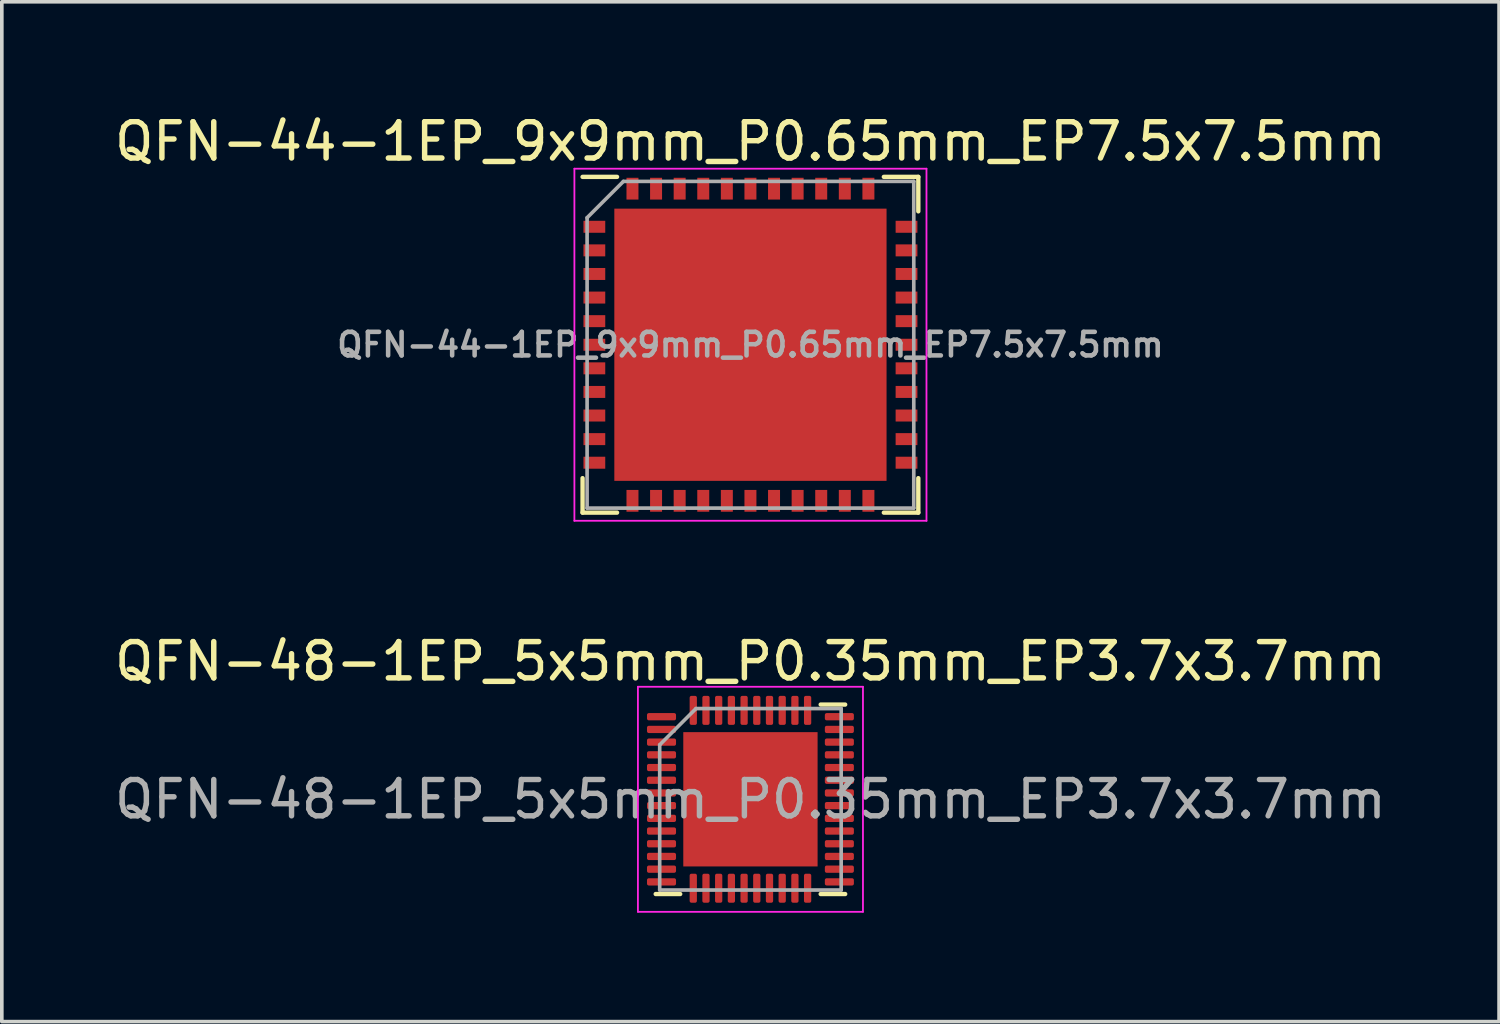
<source format=kicad_pcb>
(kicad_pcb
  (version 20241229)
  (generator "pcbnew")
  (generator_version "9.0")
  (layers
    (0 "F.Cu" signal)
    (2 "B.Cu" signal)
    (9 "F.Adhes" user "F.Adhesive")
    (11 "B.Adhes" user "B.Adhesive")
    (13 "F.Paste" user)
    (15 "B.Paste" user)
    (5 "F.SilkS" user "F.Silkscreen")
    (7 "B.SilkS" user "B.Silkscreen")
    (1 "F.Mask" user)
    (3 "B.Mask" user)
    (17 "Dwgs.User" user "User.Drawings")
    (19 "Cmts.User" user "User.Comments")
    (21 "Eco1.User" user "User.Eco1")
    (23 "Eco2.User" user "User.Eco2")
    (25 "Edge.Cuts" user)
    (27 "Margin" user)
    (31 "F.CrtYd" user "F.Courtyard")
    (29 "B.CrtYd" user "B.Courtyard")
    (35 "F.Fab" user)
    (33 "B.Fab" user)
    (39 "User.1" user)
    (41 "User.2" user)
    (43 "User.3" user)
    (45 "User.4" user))
  (footprint "QFN-44-1EP_9x9mm_P0.65mm_EP7.5x7.5mm"
    (layer "F.Cu")
    (at 17.625 6.448)
    (property "Reference" "QFN-44-1EP_9x9mm_P0.65mm_EP7.5x7.5mm" (at 0 -5.6 0) (layer "F.SilkS") (effects (font (size 1 1) (thickness 0.15))))
    (attr smd)
    (fp_line (start -4.625 -4.625) (end -3.675 -4.625) (stroke (width 0.12) (type solid)) (layer "F.SilkS"))
    (fp_line (start -4.625 4.625) (end -4.625 3.675) (stroke (width 0.12) (type solid)) (layer "F.SilkS"))
    (fp_line (start -3.675 4.625) (end -4.625 4.625) (stroke (width 0.12) (type solid)) (layer "F.SilkS"))
    (fp_line (start 3.675 -4.625) (end 4.625 -4.625) (stroke (width 0.12) (type solid)) (layer "F.SilkS"))
    (fp_line (start 3.675 4.625) (end 4.625 4.625) (stroke (width 0.12) (type solid)) (layer "F.SilkS"))
    (fp_line (start 4.625 -4.625) (end 4.625 -3.675) (stroke (width 0.12) (type solid)) (layer "F.SilkS"))
    (fp_line (start 4.625 4.625) (end 4.625 3.675) (stroke (width 0.12) (type solid)) (layer "F.SilkS"))
    (fp_line (start -4.85 -4.85) (end -4.85 4.85) (stroke (width 0.05) (type solid)) (layer "F.CrtYd"))
    (fp_line (start -4.85 4.85) (end 4.85 4.85) (stroke (width 0.05) (type solid)) (layer "F.CrtYd"))
    (fp_line (start 4.85 -4.85) (end -4.85 -4.85) (stroke (width 0.05) (type solid)) (layer "F.CrtYd"))
    (fp_line (start 4.85 4.85) (end 4.85 -4.85) (stroke (width 0.05) (type solid)) (layer "F.CrtYd"))
    (fp_line (start -4.5 -3.5) (end -3.5 -4.5) (stroke (width 0.1) (type solid)) (layer "F.Fab"))
    (fp_line (start -4.5 4.5) (end -4.5 -3.5) (stroke (width 0.1) (type solid)) (layer "F.Fab"))
    (fp_line (start -3.5 -4.5) (end 4.5 -4.5) (stroke (width 0.1) (type solid)) (layer "F.Fab"))
    (fp_line (start 4.5 -4.5) (end 4.5 4.5) (stroke (width 0.1) (type solid)) (layer "F.Fab"))
    (fp_line (start 4.5 4.5) (end -4.5 4.5) (stroke (width 0.1) (type solid)) (layer "F.Fab"))
    (fp_text user "${REFERENCE}" (at 0 0 0) (layer "F.Fab") (effects (font (size 0.65 0.65) (thickness 0.125))))
    (pad "" smd rect (at -1.875 -1.875) (size 2.65 2.65) (layers "F.Paste"))
    (pad "" smd rect (at -1.875 1.875) (size 2.65 2.65) (layers "F.Paste"))
    (pad "" smd rect (at 1.875 -1.875) (size 2.65 2.65) (layers "F.Paste"))
    (pad "" smd rect (at 1.875 1.875) (size 2.65 2.65) (layers "F.Paste"))
    (pad "1" smd rect (at -4.3 -3.25) (size 0.6 0.33) (layers "F.Cu" "F.Mask" "F.Paste"))
    (pad "2" smd rect (at -4.3 -2.6) (size 0.6 0.33) (layers "F.Cu" "F.Mask" "F.Paste"))
    (pad "3" smd rect (at -4.3 -1.95) (size 0.6 0.33) (layers "F.Cu" "F.Mask" "F.Paste"))
    (pad "4" smd rect (at -4.3 -1.3) (size 0.6 0.33) (layers "F.Cu" "F.Mask" "F.Paste"))
    (pad "5" smd rect (at -4.3 -0.65) (size 0.6 0.33) (layers "F.Cu" "F.Mask" "F.Paste"))
    (pad "6" smd rect (at -4.3 0) (size 0.6 0.33) (layers "F.Cu" "F.Mask" "F.Paste"))
    (pad "7" smd rect (at -4.3 0.65) (size 0.6 0.33) (layers "F.Cu" "F.Mask" "F.Paste"))
    (pad "8" smd rect (at -4.3 1.3) (size 0.6 0.33) (layers "F.Cu" "F.Mask" "F.Paste"))
    (pad "9" smd rect (at -4.3 1.95) (size 0.6 0.33) (layers "F.Cu" "F.Mask" "F.Paste"))
    (pad "10" smd rect (at -4.3 2.6) (size 0.6 0.33) (layers "F.Cu" "F.Mask" "F.Paste"))
    (pad "11" smd rect (at -4.3 3.25) (size 0.6 0.33) (layers "F.Cu" "F.Mask" "F.Paste"))
    (pad "12" smd rect (at -3.25 4.3 90) (size 0.6 0.33) (layers "F.Cu" "F.Mask" "F.Paste"))
    (pad "13" smd rect (at -2.6 4.3 90) (size 0.6 0.33) (layers "F.Cu" "F.Mask" "F.Paste"))
    (pad "14" smd rect (at -1.95 4.3 90) (size 0.6 0.33) (layers "F.Cu" "F.Mask" "F.Paste"))
    (pad "15" smd rect (at -1.3 4.3 90) (size 0.6 0.33) (layers "F.Cu" "F.Mask" "F.Paste"))
    (pad "16" smd rect (at -0.65 4.3 90) (size 0.6 0.33) (layers "F.Cu" "F.Mask" "F.Paste"))
    (pad "17" smd rect (at 0 4.3 90) (size 0.6 0.33) (layers "F.Cu" "F.Mask" "F.Paste"))
    (pad "18" smd rect (at 0.65 4.3 90) (size 0.6 0.33) (layers "F.Cu" "F.Mask" "F.Paste"))
    (pad "19" smd rect (at 1.3 4.3 90) (size 0.6 0.33) (layers "F.Cu" "F.Mask" "F.Paste"))
    (pad "20" smd rect (at 1.95 4.3 90) (size 0.6 0.33) (layers "F.Cu" "F.Mask" "F.Paste"))
    (pad "21" smd rect (at 2.6 4.3 90) (size 0.6 0.33) (layers "F.Cu" "F.Mask" "F.Paste"))
    (pad "22" smd rect (at 3.25 4.3 90) (size 0.6 0.33) (layers "F.Cu" "F.Mask" "F.Paste"))
    (pad "23" smd rect (at 4.3 3.25) (size 0.6 0.33) (layers "F.Cu" "F.Mask" "F.Paste"))
    (pad "24" smd rect (at 4.3 2.6) (size 0.6 0.33) (layers "F.Cu" "F.Mask" "F.Paste"))
    (pad "25" smd rect (at 4.3 1.95) (size 0.6 0.33) (layers "F.Cu" "F.Mask" "F.Paste"))
    (pad "26" smd rect (at 4.3 1.3) (size 0.6 0.33) (layers "F.Cu" "F.Mask" "F.Paste"))
    (pad "27" smd rect (at 4.3 0.65) (size 0.6 0.33) (layers "F.Cu" "F.Mask" "F.Paste"))
    (pad "28" smd rect (at 4.3 0) (size 0.6 0.33) (layers "F.Cu" "F.Mask" "F.Paste"))
    (pad "29" smd rect (at 4.3 -0.65) (size 0.6 0.33) (layers "F.Cu" "F.Mask" "F.Paste"))
    (pad "30" smd rect (at 4.3 -1.3) (size 0.6 0.33) (layers "F.Cu" "F.Mask" "F.Paste"))
    (pad "31" smd rect (at 4.3 -1.95) (size 0.6 0.33) (layers "F.Cu" "F.Mask" "F.Paste"))
    (pad "32" smd rect (at 4.3 -2.6) (size 0.6 0.33) (layers "F.Cu" "F.Mask" "F.Paste"))
    (pad "33" smd rect (at 4.3 -3.25) (size 0.6 0.33) (layers "F.Cu" "F.Mask" "F.Paste"))
    (pad "34" smd rect (at 3.25 -4.3 90) (size 0.6 0.33) (layers "F.Cu" "F.Mask" "F.Paste"))
    (pad "35" smd rect (at 2.6 -4.3 90) (size 0.6 0.33) (layers "F.Cu" "F.Mask" "F.Paste"))
    (pad "36" smd rect (at 1.95 -4.3 90) (size 0.6 0.33) (layers "F.Cu" "F.Mask" "F.Paste"))
    (pad "37" smd rect (at 1.3 -4.3 90) (size 0.6 0.33) (layers "F.Cu" "F.Mask" "F.Paste"))
    (pad "38" smd rect (at 0.65 -4.3 90) (size 0.6 0.33) (layers "F.Cu" "F.Mask" "F.Paste"))
    (pad "39" smd rect (at 0 -4.3 90) (size 0.6 0.33) (layers "F.Cu" "F.Mask" "F.Paste"))
    (pad "40" smd rect (at -0.65 -4.3 90) (size 0.6 0.33) (layers "F.Cu" "F.Mask" "F.Paste"))
    (pad "41" smd rect (at -1.3 -4.3 90) (size 0.6 0.33) (layers "F.Cu" "F.Mask" "F.Paste"))
    (pad "42" smd rect (at -1.95 -4.3 90) (size 0.6 0.33) (layers "F.Cu" "F.Mask" "F.Paste"))
    (pad "43" smd rect (at -2.6 -4.3 90) (size 0.6 0.33) (layers "F.Cu" "F.Mask" "F.Paste"))
    (pad "44" smd rect (at -3.25 -4.3 90) (size 0.6 0.33) (layers "F.Cu" "F.Mask" "F.Paste"))
    (pad "45" smd rect (at 0 0) (size 7.5 7.5) (layers "F.Cu" "F.Mask")))
  (footprint "QFN-48-1EP_5x5mm_P0.35mm_EP3.7x3.7mm"
    (layer "F.Cu")
    (at 17.625 18.971)
    (property "Reference" "QFN-48-1EP_5x5mm_P0.35mm_EP3.7x3.7mm" (at 0 -3.8 0) (layer "F.SilkS") (effects (font (size 1 1) (thickness 0.15))))
    (attr smd)
    (fp_line (start -1.935 2.61) (end -2.61 2.61) (stroke (width 0.12) (type solid)) (layer "F.SilkS"))
    (fp_line (start 1.935 -2.61) (end 2.61 -2.61) (stroke (width 0.12) (type solid)) (layer "F.SilkS"))
    (fp_line (start 1.935 2.61) (end 2.61 2.61) (stroke (width 0.12) (type solid)) (layer "F.SilkS"))
    (fp_line (start -3.1 -3.1) (end -3.1 3.1) (stroke (width 0.05) (type solid)) (layer "F.CrtYd"))
    (fp_line (start -3.1 3.1) (end 3.1 3.1) (stroke (width 0.05) (type solid)) (layer "F.CrtYd"))
    (fp_line (start 3.1 -3.1) (end -3.1 -3.1) (stroke (width 0.05) (type solid)) (layer "F.CrtYd"))
    (fp_line (start 3.1 3.1) (end 3.1 -3.1) (stroke (width 0.05) (type solid)) (layer "F.CrtYd"))
    (fp_line (start -2.5 -1.5) (end -1.5 -2.5) (stroke (width 0.1) (type solid)) (layer "F.Fab"))
    (fp_line (start -2.5 2.5) (end -2.5 -1.5) (stroke (width 0.1) (type solid)) (layer "F.Fab"))
    (fp_line (start -1.5 -2.5) (end 2.5 -2.5) (stroke (width 0.1) (type solid)) (layer "F.Fab"))
    (fp_line (start 2.5 -2.5) (end 2.5 2.5) (stroke (width 0.1) (type solid)) (layer "F.Fab"))
    (fp_line (start 2.5 2.5) (end -2.5 2.5) (stroke (width 0.1) (type solid)) (layer "F.Fab"))
    (fp_text user "${REFERENCE}" (at 0 0 0) (layer "F.Fab") (effects (font (size 1 1) (thickness 0.15))))
    (pad "" smd roundrect (at -1.23 -1.23) (size 0.99 0.99) (layers "F.Paste") (roundrect_rratio 0.25))
    (pad "" smd roundrect (at -1.23 0) (size 0.99 0.99) (layers "F.Paste") (roundrect_rratio 0.25))
    (pad "" smd roundrect (at -1.23 1.23) (size 0.99 0.99) (layers "F.Paste") (roundrect_rratio 0.25))
    (pad "" smd roundrect (at 0 -1.23) (size 0.99 0.99) (layers "F.Paste") (roundrect_rratio 0.25))
    (pad "" smd roundrect (at 0 0) (size 0.99 0.99) (layers "F.Paste") (roundrect_rratio 0.25))
    (pad "" smd roundrect (at 0 1.23) (size 0.99 0.99) (layers "F.Paste") (roundrect_rratio 0.25))
    (pad "" smd roundrect (at 1.23 -1.23) (size 0.99 0.99) (layers "F.Paste") (roundrect_rratio 0.25))
    (pad "" smd roundrect (at 1.23 0) (size 0.99 0.99) (layers "F.Paste") (roundrect_rratio 0.25))
    (pad "" smd roundrect (at 1.23 1.23) (size 0.99 0.99) (layers "F.Paste") (roundrect_rratio 0.25))
    (pad "1" smd roundrect (at -2.45 -2.275) (size 0.8 0.2) (layers "F.Cu" "F.Mask" "F.Paste") (roundrect_rratio 0.25))
    (pad "2" smd roundrect (at -2.45 -1.925) (size 0.8 0.2) (layers "F.Cu" "F.Mask" "F.Paste") (roundrect_rratio 0.25))
    (pad "3" smd roundrect (at -2.45 -1.575) (size 0.8 0.2) (layers "F.Cu" "F.Mask" "F.Paste") (roundrect_rratio 0.25))
    (pad "4" smd roundrect (at -2.45 -1.225) (size 0.8 0.2) (layers "F.Cu" "F.Mask" "F.Paste") (roundrect_rratio 0.25))
    (pad "5" smd roundrect (at -2.45 -0.875) (size 0.8 0.2) (layers "F.Cu" "F.Mask" "F.Paste") (roundrect_rratio 0.25))
    (pad "6" smd roundrect (at -2.45 -0.525) (size 0.8 0.2) (layers "F.Cu" "F.Mask" "F.Paste") (roundrect_rratio 0.25))
    (pad "7" smd roundrect (at -2.45 -0.175) (size 0.8 0.2) (layers "F.Cu" "F.Mask" "F.Paste") (roundrect_rratio 0.25))
    (pad "8" smd roundrect (at -2.45 0.175) (size 0.8 0.2) (layers "F.Cu" "F.Mask" "F.Paste") (roundrect_rratio 0.25))
    (pad "9" smd roundrect (at -2.45 0.525) (size 0.8 0.2) (layers "F.Cu" "F.Mask" "F.Paste") (roundrect_rratio 0.25))
    (pad "10" smd roundrect (at -2.45 0.875) (size 0.8 0.2) (layers "F.Cu" "F.Mask" "F.Paste") (roundrect_rratio 0.25))
    (pad "11" smd roundrect (at -2.45 1.225) (size 0.8 0.2) (layers "F.Cu" "F.Mask" "F.Paste") (roundrect_rratio 0.25))
    (pad "12" smd roundrect (at -2.45 1.575) (size 0.8 0.2) (layers "F.Cu" "F.Mask" "F.Paste") (roundrect_rratio 0.25))
    (pad "13" smd roundrect (at -2.45 1.925) (size 0.8 0.2) (layers "F.Cu" "F.Mask" "F.Paste") (roundrect_rratio 0.25))
    (pad "14" smd roundrect (at -2.45 2.275) (size 0.8 0.2) (layers "F.Cu" "F.Mask" "F.Paste") (roundrect_rratio 0.25))
    (pad "15" smd roundrect (at -1.575 2.45) (size 0.2 0.8) (layers "F.Cu" "F.Mask" "F.Paste") (roundrect_rratio 0.25))
    (pad "16" smd roundrect (at -1.225 2.45) (size 0.2 0.8) (layers "F.Cu" "F.Mask" "F.Paste") (roundrect_rratio 0.25))
    (pad "17" smd roundrect (at -0.875 2.45) (size 0.2 0.8) (layers "F.Cu" "F.Mask" "F.Paste") (roundrect_rratio 0.25))
    (pad "18" smd roundrect (at -0.525 2.45) (size 0.2 0.8) (layers "F.Cu" "F.Mask" "F.Paste") (roundrect_rratio 0.25))
    (pad "19" smd roundrect (at -0.175 2.45) (size 0.2 0.8) (layers "F.Cu" "F.Mask" "F.Paste") (roundrect_rratio 0.25))
    (pad "20" smd roundrect (at 0.175 2.45) (size 0.2 0.8) (layers "F.Cu" "F.Mask" "F.Paste") (roundrect_rratio 0.25))
    (pad "21" smd roundrect (at 0.525 2.45) (size 0.2 0.8) (layers "F.Cu" "F.Mask" "F.Paste") (roundrect_rratio 0.25))
    (pad "22" smd roundrect (at 0.875 2.45) (size 0.2 0.8) (layers "F.Cu" "F.Mask" "F.Paste") (roundrect_rratio 0.25))
    (pad "23" smd roundrect (at 1.225 2.45) (size 0.2 0.8) (layers "F.Cu" "F.Mask" "F.Paste") (roundrect_rratio 0.25))
    (pad "24" smd roundrect (at 1.575 2.45) (size 0.2 0.8) (layers "F.Cu" "F.Mask" "F.Paste") (roundrect_rratio 0.25))
    (pad "25" smd roundrect (at 2.45 2.275) (size 0.8 0.2) (layers "F.Cu" "F.Mask" "F.Paste") (roundrect_rratio 0.25))
    (pad "26" smd roundrect (at 2.45 1.925) (size 0.8 0.2) (layers "F.Cu" "F.Mask" "F.Paste") (roundrect_rratio 0.25))
    (pad "27" smd roundrect (at 2.45 1.575) (size 0.8 0.2) (layers "F.Cu" "F.Mask" "F.Paste") (roundrect_rratio 0.25))
    (pad "28" smd roundrect (at 2.45 1.225) (size 0.8 0.2) (layers "F.Cu" "F.Mask" "F.Paste") (roundrect_rratio 0.25))
    (pad "29" smd roundrect (at 2.45 0.875) (size 0.8 0.2) (layers "F.Cu" "F.Mask" "F.Paste") (roundrect_rratio 0.25))
    (pad "30" smd roundrect (at 2.45 0.525) (size 0.8 0.2) (layers "F.Cu" "F.Mask" "F.Paste") (roundrect_rratio 0.25))
    (pad "31" smd roundrect (at 2.45 0.175) (size 0.8 0.2) (layers "F.Cu" "F.Mask" "F.Paste") (roundrect_rratio 0.25))
    (pad "32" smd roundrect (at 2.45 -0.175) (size 0.8 0.2) (layers "F.Cu" "F.Mask" "F.Paste") (roundrect_rratio 0.25))
    (pad "33" smd roundrect (at 2.45 -0.525) (size 0.8 0.2) (layers "F.Cu" "F.Mask" "F.Paste") (roundrect_rratio 0.25))
    (pad "34" smd roundrect (at 2.45 -0.875) (size 0.8 0.2) (layers "F.Cu" "F.Mask" "F.Paste") (roundrect_rratio 0.25))
    (pad "35" smd roundrect (at 2.45 -1.225) (size 0.8 0.2) (layers "F.Cu" "F.Mask" "F.Paste") (roundrect_rratio 0.25))
    (pad "36" smd roundrect (at 2.45 -1.575) (size 0.8 0.2) (layers "F.Cu" "F.Mask" "F.Paste") (roundrect_rratio 0.25))
    (pad "37" smd roundrect (at 2.45 -1.925) (size 0.8 0.2) (layers "F.Cu" "F.Mask" "F.Paste") (roundrect_rratio 0.25))
    (pad "38" smd roundrect (at 2.45 -2.275) (size 0.8 0.2) (layers "F.Cu" "F.Mask" "F.Paste") (roundrect_rratio 0.25))
    (pad "39" smd roundrect (at 1.575 -2.45) (size 0.2 0.8) (layers "F.Cu" "F.Mask" "F.Paste") (roundrect_rratio 0.25))
    (pad "40" smd roundrect (at 1.225 -2.45) (size 0.2 0.8) (layers "F.Cu" "F.Mask" "F.Paste") (roundrect_rratio 0.25))
    (pad "41" smd roundrect (at 0.875 -2.45) (size 0.2 0.8) (layers "F.Cu" "F.Mask" "F.Paste") (roundrect_rratio 0.25))
    (pad "42" smd roundrect (at 0.525 -2.45) (size 0.2 0.8) (layers "F.Cu" "F.Mask" "F.Paste") (roundrect_rratio 0.25))
    (pad "43" smd roundrect (at 0.175 -2.45) (size 0.2 0.8) (layers "F.Cu" "F.Mask" "F.Paste") (roundrect_rratio 0.25))
    (pad "44" smd roundrect (at -0.175 -2.45) (size 0.2 0.8) (layers "F.Cu" "F.Mask" "F.Paste") (roundrect_rratio 0.25))
    (pad "45" smd roundrect (at -0.525 -2.45) (size 0.2 0.8) (layers "F.Cu" "F.Mask" "F.Paste") (roundrect_rratio 0.25))
    (pad "46" smd roundrect (at -0.875 -2.45) (size 0.2 0.8) (layers "F.Cu" "F.Mask" "F.Paste") (roundrect_rratio 0.25))
    (pad "47" smd roundrect (at -1.225 -2.45) (size 0.2 0.8) (layers "F.Cu" "F.Mask" "F.Paste") (roundrect_rratio 0.25))
    (pad "48" smd roundrect (at -1.575 -2.45) (size 0.2 0.8) (layers "F.Cu" "F.Mask" "F.Paste") (roundrect_rratio 0.25))
    (pad "49" smd rect (at 0 0) (size 3.7 3.7) (layers "F.Cu" "F.Mask")))
  (gr_rect
    (start -3 -3)
    (end 38.25 25.096)
    (stroke (width 0.1) (type default))
    (fill no)
    (layer "Edge.Cuts")))
</source>
